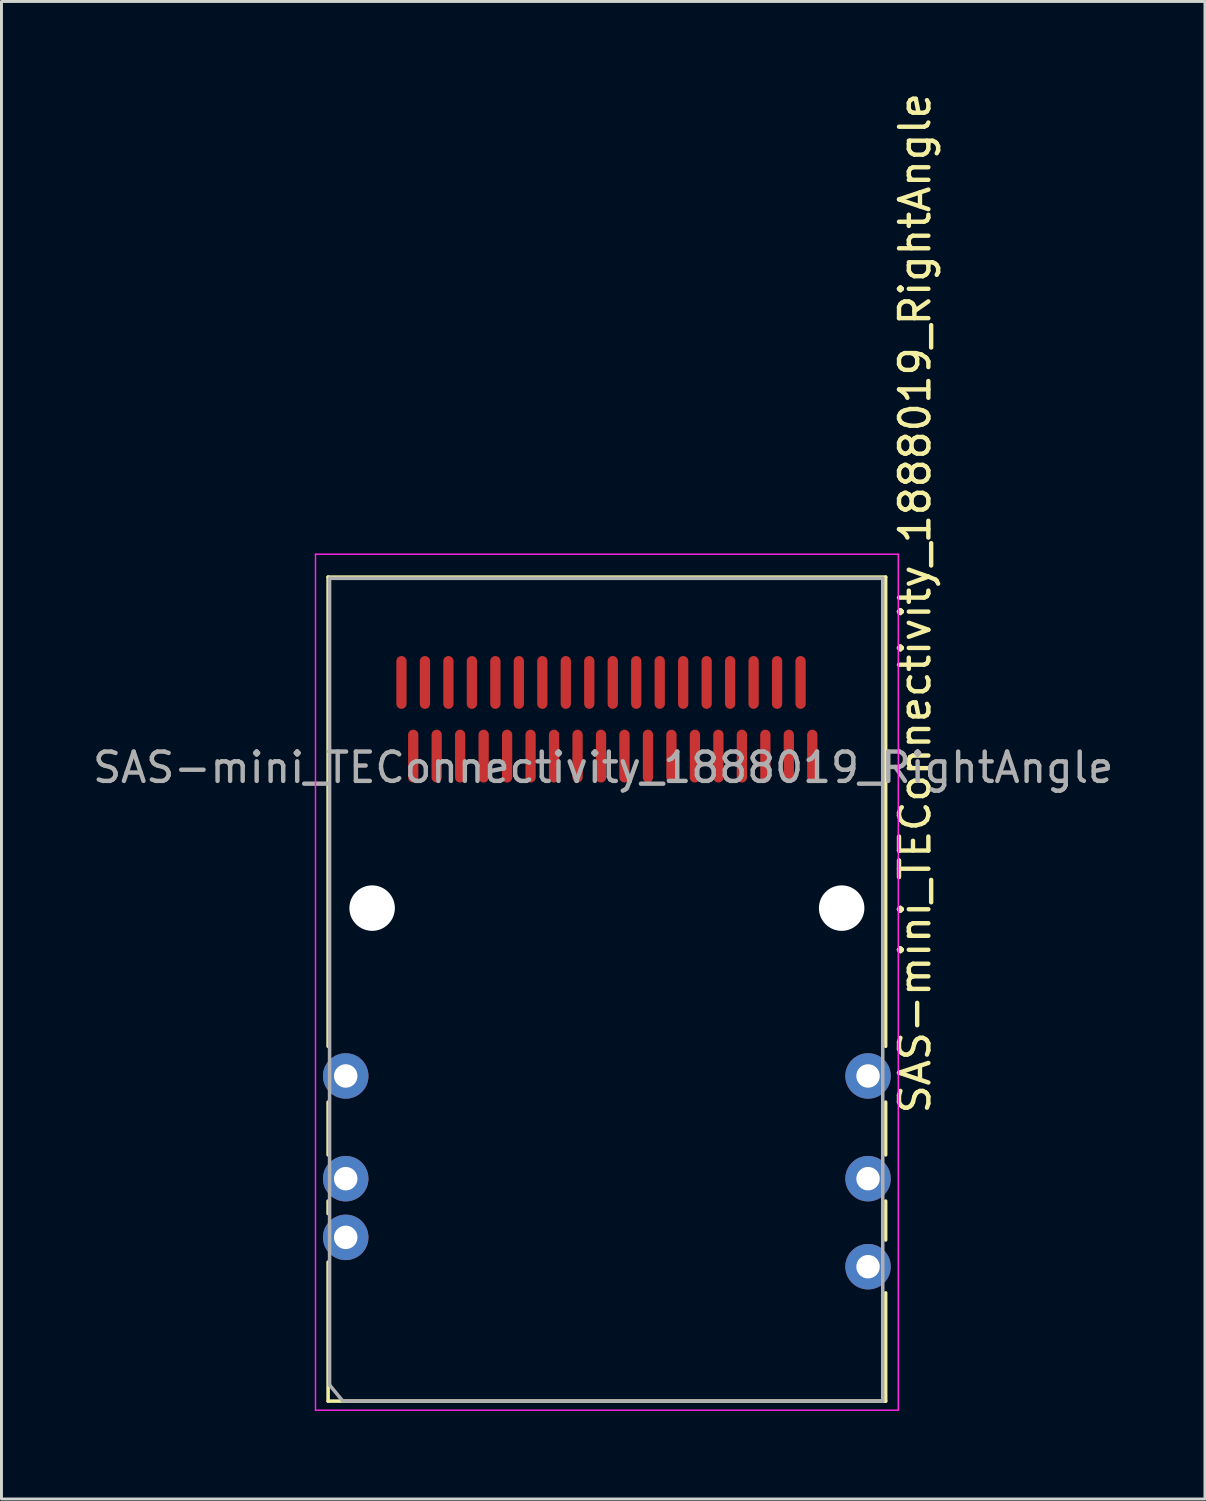
<source format=kicad_pcb>
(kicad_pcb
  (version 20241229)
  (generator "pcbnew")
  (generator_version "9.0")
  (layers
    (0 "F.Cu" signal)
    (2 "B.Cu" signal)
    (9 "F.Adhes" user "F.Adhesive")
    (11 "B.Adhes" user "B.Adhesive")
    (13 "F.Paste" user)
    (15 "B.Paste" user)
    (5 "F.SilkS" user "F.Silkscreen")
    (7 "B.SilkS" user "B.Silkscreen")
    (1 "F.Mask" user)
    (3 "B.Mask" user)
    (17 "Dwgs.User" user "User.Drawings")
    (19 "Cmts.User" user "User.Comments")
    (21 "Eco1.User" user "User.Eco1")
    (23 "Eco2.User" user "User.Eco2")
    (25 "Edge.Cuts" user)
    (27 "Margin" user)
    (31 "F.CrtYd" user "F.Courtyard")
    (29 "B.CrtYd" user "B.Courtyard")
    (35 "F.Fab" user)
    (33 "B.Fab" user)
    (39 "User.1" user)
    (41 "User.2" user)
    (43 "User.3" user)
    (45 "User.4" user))
  (footprint "SAS-mini_TEConnectivity_1888019_RightAngle"
    (layer "F.Cu")
    (at 17.631 22.006)
    (property "Reference" "SAS-mini_TEConnectivity_1888019_RightAngle" (at 10.5 -4.5 270) (layer "F.SilkS") (effects (font (size 1 1) (thickness 0.15))))
    (attr smd)
    (fp_line (start -9.5 -5.39) (end -9.5 10.6) (stroke (width 0.12) (type solid)) (layer "F.SilkS"))
    (fp_line (start -9.5 12.5) (end -9.5 14.3) (stroke (width 0.12) (type solid)) (layer "F.SilkS"))
    (fp_line (start -9.5 15.872) (end -9.5 16.3) (stroke (width 0.12) (type solid)) (layer "F.SilkS"))
    (fp_line (start -9.5 17.95) (end -9.5 22.69) (stroke (width 0.12) (type solid)) (layer "F.SilkS"))
    (fp_line (start -9.5 22.69) (end 9.5 22.69) (stroke (width 0.12) (type solid)) (layer "F.SilkS"))
    (fp_line (start 9.5 -5.39) (end -9.5 -5.39) (stroke (width 0.12) (type solid)) (layer "F.SilkS"))
    (fp_line (start 9.5 -5.39) (end 9.5 10.6) (stroke (width 0.12) (type solid)) (layer "F.SilkS"))
    (fp_line (start 9.5 12.5) (end 9.5 14.3) (stroke (width 0.12) (type solid)) (layer "F.SilkS"))
    (fp_line (start 9.5 15.872) (end 9.5 17.2) (stroke (width 0.12) (type solid)) (layer "F.SilkS"))
    (fp_line (start 9.5 19) (end 9.5 22.69) (stroke (width 0.12) (type solid)) (layer "F.SilkS"))
    (fp_line (start -9.93 -6.17) (end -9.93 23) (stroke (width 0.05) (type solid)) (layer "F.CrtYd"))
    (fp_line (start -9.93 -6.17) (end 9.93 -6.17) (stroke (width 0.05) (type solid)) (layer "F.CrtYd"))
    (fp_line (start 9.93 23) (end -9.93 23) (stroke (width 0.05) (type solid)) (layer "F.CrtYd"))
    (fp_line (start 9.93 23) (end 9.93 -6.17) (stroke (width 0.05) (type solid)) (layer "F.CrtYd"))
    (fp_line (start -9.45 -5.35) (end -9.45 22.14) (stroke (width 0.12) (type solid)) (layer "F.Fab"))
    (fp_line (start -9.45 22.14) (end -9 22.69) (stroke (width 0.12) (type solid)) (layer "F.Fab"))
    (fp_line (start -9 22.69) (end 9.4 22.69) (stroke (width 0.12) (type solid)) (layer "F.Fab"))
    (fp_line (start 9.4 -5.35) (end -9.45 -5.35) (stroke (width 0.12) (type solid)) (layer "F.Fab"))
    (fp_line (start 9.4 22.69) (end 9.4 -5.35) (stroke (width 0.12) (type solid)) (layer "F.Fab"))
    (fp_text user "${REFERENCE}" (at -0.125 1.1 180) (layer "F.Fab") (effects (font (size 1 1) (thickness 0.15))))
    (pad "" np_thru_hole circle (at -8 5.89) (size 1.55 1.55) (drill 1.55) (layers "*.Mask" "B.Cu"))
    (pad "" np_thru_hole circle (at 8 5.89) (size 1.55 1.55) (drill 1.55) (layers "*.Mask" "B.Cu"))
    (pad "1" thru_hole circle (at -8.9 11.61) (size 1.55 1.55) (drill 0.8) (layers "*.Cu" "*.Mask"))
    (pad "2" thru_hole circle (at -8.9 15.11) (size 1.55 1.55) (drill 0.8) (layers "*.Cu" "*.Mask"))
    (pad "3" thru_hole circle (at -8.9 17.11) (size 1.55 1.55) (drill 0.8) (layers "*.Cu" "*.Mask"))
    (pad "5" thru_hole circle (at 8.9 11.61) (size 1.55 1.55) (drill 0.8) (layers "*.Cu" "*.Mask"))
    (pad "6" thru_hole circle (at 8.9 15.11) (size 1.55 1.55) (drill 0.8) (layers "*.Cu" "*.Mask"))
    (pad "7" thru_hole circle (at 8.9 18.11) (size 1.55 1.55) (drill 0.8) (layers "*.Cu" "*.Mask"))
    (pad "A1" smd oval (at -6.6 0.71) (size 0.35 1.8) (layers "F.Cu" "F.Mask" "F.Paste"))
    (pad "A2" smd oval (at -5.8 0.71) (size 0.35 1.8) (layers "F.Cu" "F.Mask" "F.Paste"))
    (pad "A3" smd oval (at -5 0.71) (size 0.35 1.8) (layers "F.Cu" "F.Mask" "F.Paste"))
    (pad "A4" smd oval (at -4.2 0.71) (size 0.35 1.8) (layers "F.Cu" "F.Mask" "F.Paste"))
    (pad "A5" smd oval (at -3.4 0.71) (size 0.35 1.8) (layers "F.Cu" "F.Mask" "F.Paste"))
    (pad "A6" smd oval (at -2.6 0.71) (size 0.35 1.8) (layers "F.Cu" "F.Mask" "F.Paste"))
    (pad "A7" smd oval (at -1.8 0.71) (size 0.35 1.8) (layers "F.Cu" "F.Mask" "F.Paste"))
    (pad "A8" smd oval (at -1 0.71) (size 0.35 1.8) (layers "F.Cu" "F.Mask" "F.Paste"))
    (pad "A9" smd oval (at -0.2 0.71) (size 0.35 1.8) (layers "F.Cu" "F.Mask" "F.Paste"))
    (pad "A10" smd oval (at 0.6 0.71) (size 0.35 1.8) (layers "F.Cu" "F.Mask" "F.Paste"))
    (pad "A11" smd oval (at 1.4 0.71) (size 0.35 1.8) (layers "F.Cu" "F.Mask" "F.Paste"))
    (pad "A12" smd oval (at 2.2 0.71) (size 0.35 1.8) (layers "F.Cu" "F.Mask" "F.Paste"))
    (pad "A13" smd oval (at 3 0.71) (size 0.35 1.8) (layers "F.Cu" "F.Mask" "F.Paste"))
    (pad "A14" smd oval (at 3.8 0.71) (size 0.35 1.8) (layers "F.Cu" "F.Mask" "F.Paste"))
    (pad "A15" smd oval (at 4.6 0.71) (size 0.35 1.8) (layers "F.Cu" "F.Mask" "F.Paste"))
    (pad "A16" smd oval (at 5.4 0.71) (size 0.35 1.8) (layers "F.Cu" "F.Mask" "F.Paste"))
    (pad "A17" smd oval (at 6.2 0.71) (size 0.35 1.8) (layers "F.Cu" "F.Mask" "F.Paste"))
    (pad "A18" smd oval (at 7 0.71) (size 0.35 1.8) (layers "F.Cu" "F.Mask" "F.Paste"))
    (pad "B1" smd oval (at -7 -1.8) (size 0.35 1.8) (layers "F.Cu" "F.Mask" "F.Paste"))
    (pad "B2" smd oval (at -6.2 -1.8) (size 0.35 1.8) (layers "F.Cu" "F.Mask" "F.Paste"))
    (pad "B3" smd oval (at -5.4 -1.8) (size 0.35 1.8) (layers "F.Cu" "F.Mask" "F.Paste"))
    (pad "B4" smd oval (at -4.6 -1.8) (size 0.35 1.8) (layers "F.Cu" "F.Mask" "F.Paste"))
    (pad "B5" smd oval (at -3.8 -1.8) (size 0.35 1.8) (layers "F.Cu" "F.Mask" "F.Paste"))
    (pad "B6" smd oval (at -3 -1.8) (size 0.35 1.8) (layers "F.Cu" "F.Mask" "F.Paste"))
    (pad "B7" smd oval (at -2.2 -1.8) (size 0.35 1.8) (layers "F.Cu" "F.Mask" "F.Paste"))
    (pad "B8" smd oval (at -1.4 -1.8) (size 0.35 1.8) (layers "F.Cu" "F.Mask" "F.Paste"))
    (pad "B9" smd oval (at -0.6 -1.8) (size 0.35 1.8) (layers "F.Cu" "F.Mask" "F.Paste"))
    (pad "B10" smd oval (at 0.2 -1.8) (size 0.35 1.8) (layers "F.Cu" "F.Mask" "F.Paste"))
    (pad "B11" smd oval (at 1 -1.8) (size 0.35 1.8) (layers "F.Cu" "F.Mask" "F.Paste"))
    (pad "B12" smd oval (at 1.8 -1.8) (size 0.35 1.8) (layers "F.Cu" "F.Mask" "F.Paste"))
    (pad "B13" smd oval (at 2.6 -1.8) (size 0.35 1.8) (layers "F.Cu" "F.Mask" "F.Paste"))
    (pad "B14" smd oval (at 3.4 -1.8) (size 0.35 1.8) (layers "F.Cu" "F.Mask" "F.Paste"))
    (pad "B15" smd oval (at 4.2 -1.8) (size 0.35 1.8) (layers "F.Cu" "F.Mask" "F.Paste"))
    (pad "B16" smd oval (at 5 -1.8) (size 0.35 1.8) (layers "F.Cu" "F.Mask" "F.Paste"))
    (pad "B17" smd oval (at 5.8 -1.8) (size 0.35 1.8) (layers "F.Cu" "F.Mask" "F.Paste"))
    (pad "B18" smd oval (at 6.6 -1.8) (size 0.35 1.8) (layers "F.Cu" "F.Mask" "F.Paste")))
  (gr_rect
    (start -3 -3)
    (end 38.012 48.031)
    (stroke (width 0.1) (type default))
    (fill no)
    (layer "Edge.Cuts")))
</source>
